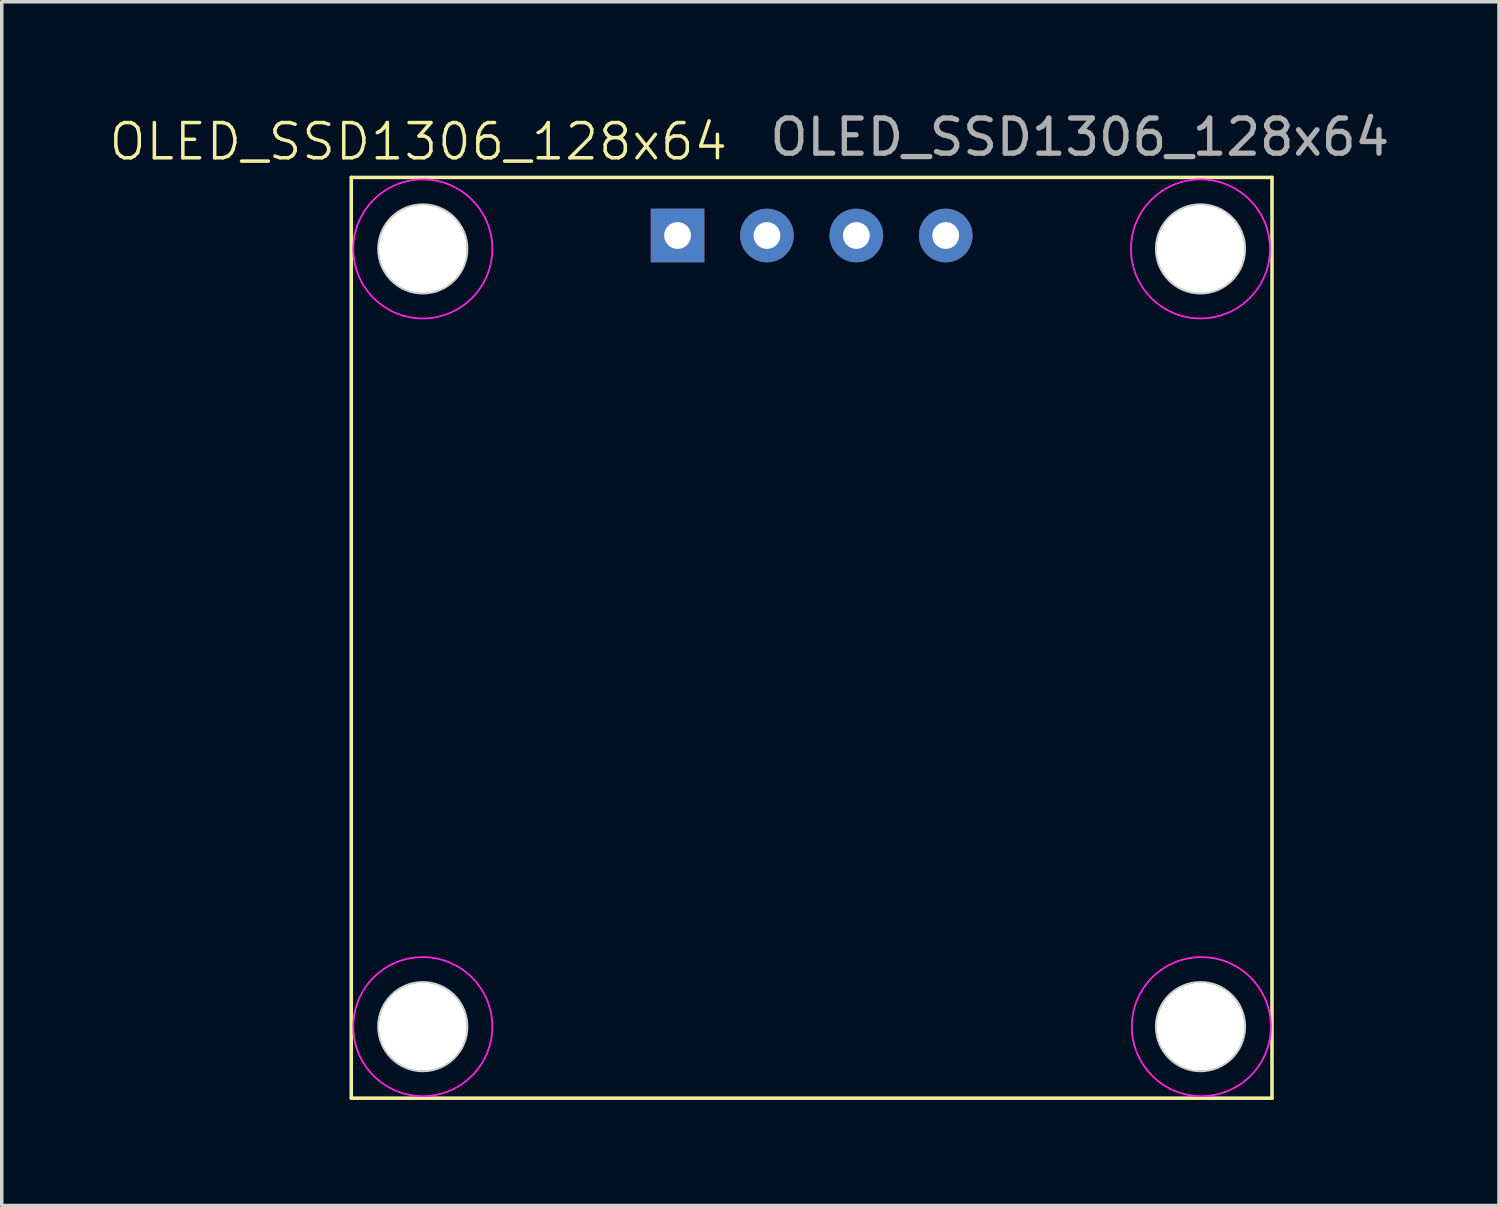
<source format=kicad_pcb>
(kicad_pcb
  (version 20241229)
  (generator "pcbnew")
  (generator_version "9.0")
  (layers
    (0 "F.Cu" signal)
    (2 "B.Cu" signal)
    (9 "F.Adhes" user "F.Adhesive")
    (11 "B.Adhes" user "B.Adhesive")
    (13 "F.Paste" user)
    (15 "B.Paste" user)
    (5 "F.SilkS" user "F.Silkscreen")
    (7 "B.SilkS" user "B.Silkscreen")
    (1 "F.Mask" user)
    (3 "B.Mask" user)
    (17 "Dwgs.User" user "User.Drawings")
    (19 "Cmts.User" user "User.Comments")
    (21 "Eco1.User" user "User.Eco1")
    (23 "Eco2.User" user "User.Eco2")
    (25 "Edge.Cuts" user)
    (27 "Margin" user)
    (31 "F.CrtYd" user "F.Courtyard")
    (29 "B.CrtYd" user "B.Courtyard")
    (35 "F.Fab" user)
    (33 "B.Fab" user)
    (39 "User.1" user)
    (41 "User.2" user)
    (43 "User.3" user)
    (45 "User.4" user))
  (footprint "OLED_SSD1306_128x64"
    (layer "F.Cu")
    (at 16.202 3.642)
    (property "Reference" "OLED_SSD1306_128x64" (at -7.366 -2.667 0) (unlocked yes) (layer "F.SilkS") (effects (font (size 1 1) (thickness 0.1))))
    (attr through_hole)
    (fp_line (start -9.271 -1.651) (end -9.271 24.511) (stroke (width 0.1) (type default)) (layer "F.SilkS"))
    (fp_line (start -9.271 24.511) (end 16.891 24.511) (stroke (width 0.1) (type default)) (layer "F.SilkS"))
    (fp_line (start 16.891 -1.651) (end -9.271 -1.651) (stroke (width 0.1) (type default)) (layer "F.SilkS"))
    (fp_line (start 16.891 24.511) (end 16.891 -1.651) (stroke (width 0.1) (type default)) (layer "F.SilkS"))
    (fp_circle (center -7.239 0.381) (end -6.477 1.397) (stroke (width 0.05) (type default)) (fill no) (layer "Edge.Cuts"))
    (fp_circle (center -7.239 22.479) (end -6.477 23.495) (stroke (width 0.05) (type default)) (fill no) (layer "Edge.Cuts"))
    (fp_circle (center 14.859 0.381) (end 15.621 1.397) (stroke (width 0.05) (type default)) (fill no) (layer "Edge.Cuts"))
    (fp_circle (center 14.859 22.479) (end 15.621 23.495) (stroke (width 0.05) (type default)) (fill no) (layer "Edge.Cuts"))
    (fp_circle (center -7.239 0.381) (end -5.842 1.778) (stroke (width 0.05) (type default)) (fill no) (layer "F.CrtYd"))
    (fp_circle (center -7.239 22.479) (end -5.842 23.876) (stroke (width 0.05) (type default)) (fill no) (layer "F.CrtYd"))
    (fp_circle (center 14.859 0.381) (end 16.256 1.778) (stroke (width 0.05) (type default)) (fill no) (layer "F.CrtYd"))
    (fp_circle (center 14.884 22.479) (end 16.281 23.876) (stroke (width 0.05) (type default)) (fill no) (layer "F.CrtYd"))
    (fp_text user "${REFERENCE}" (at 11.43 -2.794 0) (unlocked yes) (layer "F.Fab") (effects (font (size 1 1) (thickness 0.15))))
    (pad "" np_thru_hole circle (at -7.239 0.381) (size 2.5 2.5) (drill 2.5) (layers "*.Cu" "*.Mask"))
    (pad "" np_thru_hole circle (at -7.239 22.479) (size 2.5 2.5) (drill 2.5) (layers "*.Cu" "*.Mask"))
    (pad "" np_thru_hole circle (at 14.859 0.381) (size 2.5 2.5) (drill 2.5) (layers "*.Cu" "*.Mask"))
    (pad "" np_thru_hole circle (at 14.859 22.479) (size 2.5 2.5) (drill 2.5) (layers "*.Cu" "*.Mask"))
    (pad "1" thru_hole rect (at 0 0) (size 1.524 1.524) (drill 0.762) (layers "*.Cu" "*.Mask"))
    (pad "2" thru_hole circle (at 2.54 0) (size 1.524 1.524) (drill 0.762) (layers "*.Cu" "*.Mask"))
    (pad "3" thru_hole circle (at 5.08 0) (size 1.524 1.524) (drill 0.762) (layers "*.Cu" "*.Mask"))
    (pad "4" thru_hole circle (at 7.62 0) (size 1.524 1.524) (drill 0.762) (layers "*.Cu" "*.Mask")))
  (gr_rect
    (start -3 -3)
    (end 39.542 31.203)
    (stroke (width 0.1) (type default))
    (fill no)
    (layer "Edge.Cuts")))
</source>
